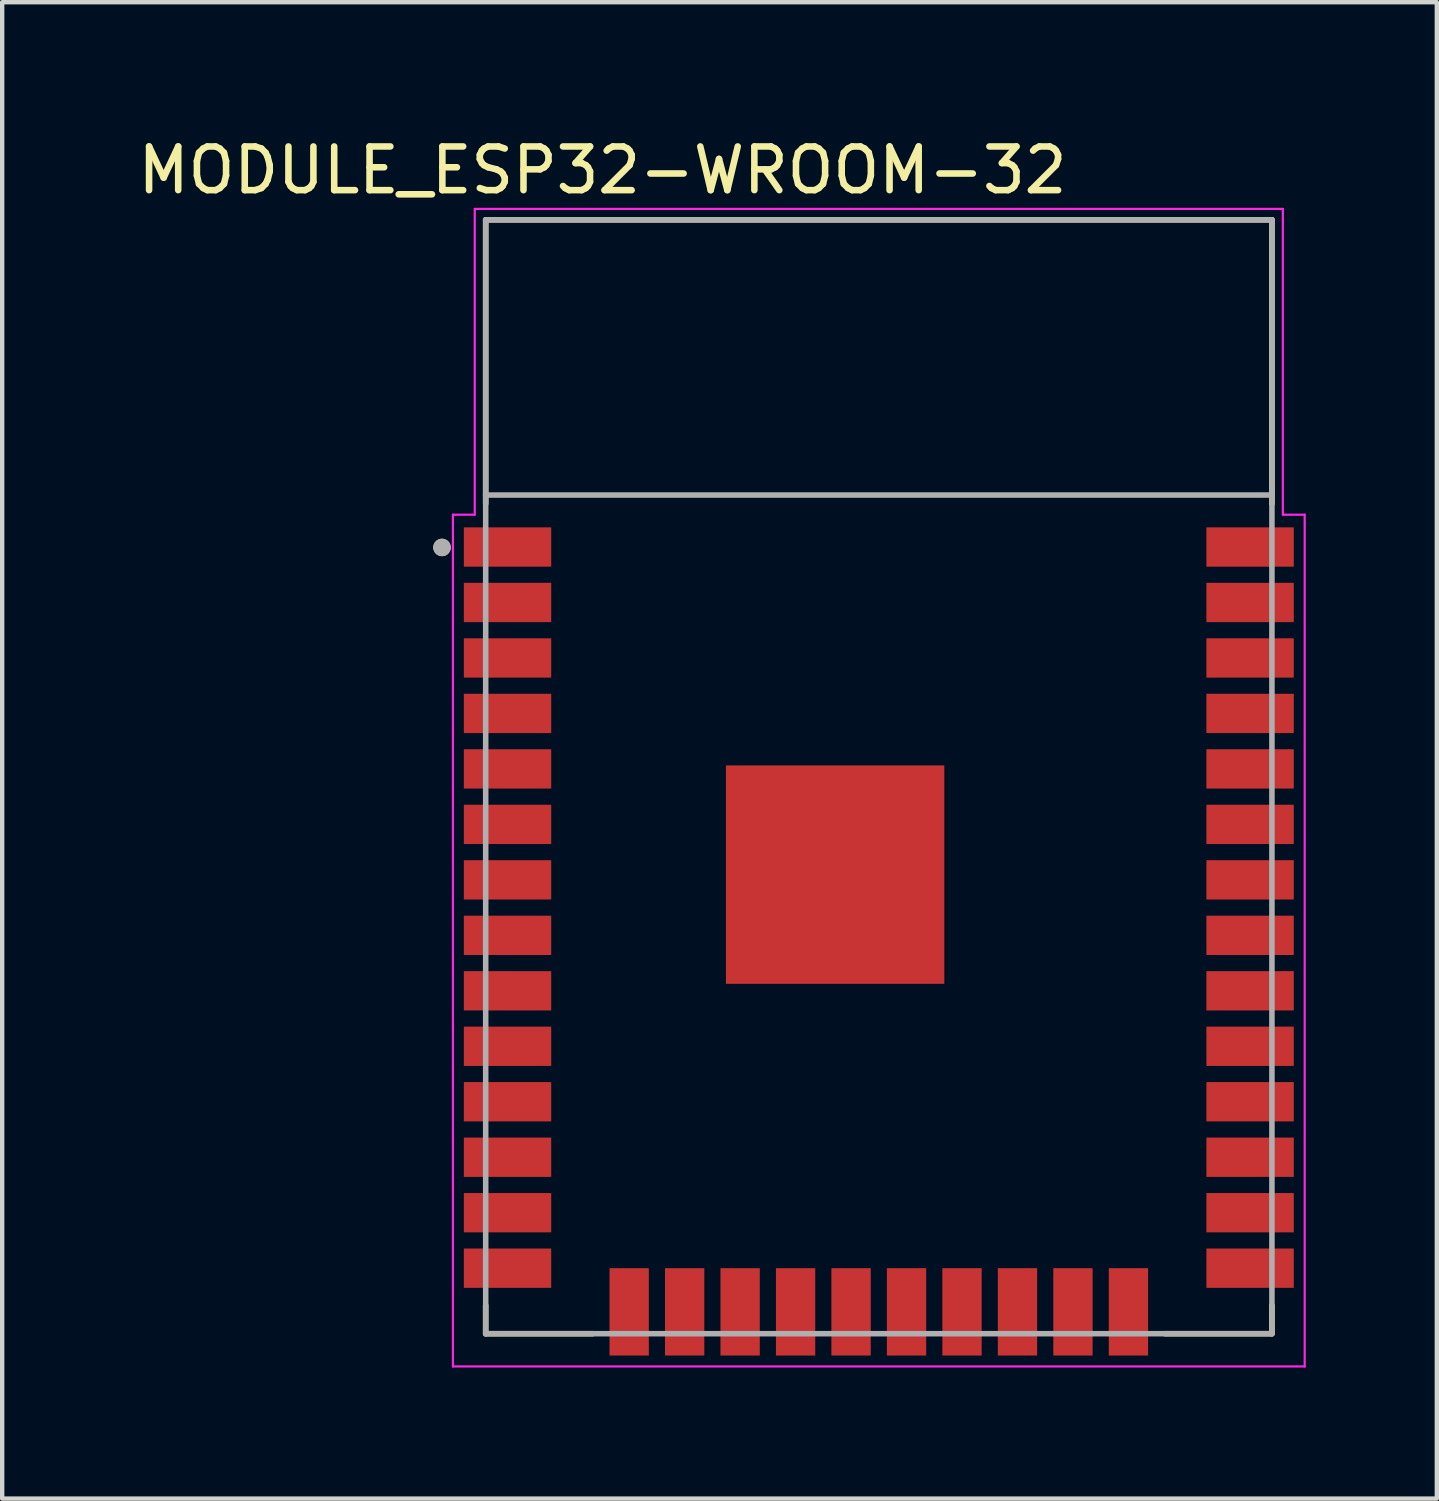
<source format=kicad_pcb>
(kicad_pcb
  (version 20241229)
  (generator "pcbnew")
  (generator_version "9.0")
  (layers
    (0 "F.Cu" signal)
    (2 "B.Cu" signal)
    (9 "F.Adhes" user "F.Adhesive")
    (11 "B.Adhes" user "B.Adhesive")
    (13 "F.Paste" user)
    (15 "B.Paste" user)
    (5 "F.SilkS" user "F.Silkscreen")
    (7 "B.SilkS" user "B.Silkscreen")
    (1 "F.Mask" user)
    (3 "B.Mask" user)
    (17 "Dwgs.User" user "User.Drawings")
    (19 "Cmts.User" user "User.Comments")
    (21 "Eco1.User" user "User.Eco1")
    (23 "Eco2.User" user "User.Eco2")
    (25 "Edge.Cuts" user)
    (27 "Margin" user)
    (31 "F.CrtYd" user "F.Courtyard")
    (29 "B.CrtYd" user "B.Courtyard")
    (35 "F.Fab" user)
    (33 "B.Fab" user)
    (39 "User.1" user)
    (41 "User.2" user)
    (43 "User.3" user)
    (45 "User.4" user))
  (footprint "MODULE_ESP32-WROOM-32"
    (layer "F.Cu")
    (at 17.069 14.733)
    (property "Reference" "MODULE_ESP32-WROOM-32" (at -6.325 -13.885 0) (layer "F.SilkS") (effects (font (size 1 1) (thickness 0.15))))
    (attr smd)
    (fp_line (start -9 -12.75) (end 9 -12.75) (stroke (width 0.127) (type solid)) (layer "F.SilkS"))
    (fp_line (start -9 -6.25) (end -9 -12.75) (stroke (width 0.127) (type solid)) (layer "F.SilkS"))
    (fp_line (start -9 12.1) (end -9 12.75) (stroke (width 0.127) (type solid)) (layer "F.SilkS"))
    (fp_line (start -9 12.75) (end -6.55 12.75) (stroke (width 0.127) (type solid)) (layer "F.SilkS"))
    (fp_line (start 6.55 12.75) (end 9 12.75) (stroke (width 0.127) (type solid)) (layer "F.SilkS"))
    (fp_line (start 9 -12.75) (end 9 -6.25) (stroke (width 0.127) (type solid)) (layer "F.SilkS"))
    (fp_line (start 9 12.75) (end 9 12.1) (stroke (width 0.127) (type solid)) (layer "F.SilkS"))
    (fp_circle (center -10 -5.25) (end -9.9 -5.25) (stroke (width 0.2) (type solid)) (fill no) (layer "F.SilkS"))
    (fp_line (start -9.75 -6) (end -9.25 -6) (stroke (width 0.05) (type solid)) (layer "F.CrtYd"))
    (fp_line (start -9.75 13.5) (end -9.75 -6) (stroke (width 0.05) (type solid)) (layer "F.CrtYd"))
    (fp_line (start -9.25 -13) (end 9.25 -13) (stroke (width 0.05) (type solid)) (layer "F.CrtYd"))
    (fp_line (start -9.25 -6) (end -9.25 -13) (stroke (width 0.05) (type solid)) (layer "F.CrtYd"))
    (fp_line (start 9.25 -13) (end 9.25 -6) (stroke (width 0.05) (type solid)) (layer "F.CrtYd"))
    (fp_line (start 9.25 -6) (end 9.75 -6) (stroke (width 0.05) (type solid)) (layer "F.CrtYd"))
    (fp_line (start 9.75 -6) (end 9.75 13.5) (stroke (width 0.05) (type solid)) (layer "F.CrtYd"))
    (fp_line (start 9.75 13.5) (end -9.75 13.5) (stroke (width 0.05) (type solid)) (layer "F.CrtYd"))
    (fp_line (start -9 -12.75) (end -9 -6.45) (stroke (width 0.127) (type solid)) (layer "F.Fab"))
    (fp_line (start -9 -12.75) (end 9 -12.75) (stroke (width 0.127) (type solid)) (layer "F.Fab"))
    (fp_line (start -9 -6.45) (end 9 -6.45) (stroke (width 0.127) (type solid)) (layer "F.Fab"))
    (fp_line (start -9 12.75) (end -9 -6.45) (stroke (width 0.127) (type solid)) (layer "F.Fab"))
    (fp_line (start 9 -12.75) (end 9 -6.45) (stroke (width 0.127) (type solid)) (layer "F.Fab"))
    (fp_line (start 9 -6.45) (end 9 12.75) (stroke (width 0.127) (type solid)) (layer "F.Fab"))
    (fp_line (start 9 12.75) (end -9 12.75) (stroke (width 0.127) (type solid)) (layer "F.Fab"))
    (fp_circle (center -10 -5.25) (end -9.9 -5.25) (stroke (width 0.2) (type solid)) (fill no) (layer "F.Fab"))
    (pad "1" smd rect (at -8.5 -5.26) (size 2 0.9) (layers "F.Cu" "F.Mask" "F.Paste"))
    (pad "2" smd rect (at -8.5 -3.99) (size 2 0.9) (layers "F.Cu" "F.Mask" "F.Paste"))
    (pad "3" smd rect (at -8.5 -2.72) (size 2 0.9) (layers "F.Cu" "F.Mask" "F.Paste"))
    (pad "4" smd rect (at -8.5 -1.45) (size 2 0.9) (layers "F.Cu" "F.Mask" "F.Paste"))
    (pad "5" smd rect (at -8.5 -0.18) (size 2 0.9) (layers "F.Cu" "F.Mask" "F.Paste"))
    (pad "6" smd rect (at -8.5 1.09) (size 2 0.9) (layers "F.Cu" "F.Mask" "F.Paste"))
    (pad "7" smd rect (at -8.5 2.36) (size 2 0.9) (layers "F.Cu" "F.Mask" "F.Paste"))
    (pad "8" smd rect (at -8.5 3.63) (size 2 0.9) (layers "F.Cu" "F.Mask" "F.Paste"))
    (pad "9" smd rect (at -8.5 4.9) (size 2 0.9) (layers "F.Cu" "F.Mask" "F.Paste"))
    (pad "10" smd rect (at -8.5 6.17) (size 2 0.9) (layers "F.Cu" "F.Mask" "F.Paste"))
    (pad "11" smd rect (at -8.5 7.44) (size 2 0.9) (layers "F.Cu" "F.Mask" "F.Paste"))
    (pad "12" smd rect (at -8.5 8.71) (size 2 0.9) (layers "F.Cu" "F.Mask" "F.Paste"))
    (pad "13" smd rect (at -8.5 9.98) (size 2 0.9) (layers "F.Cu" "F.Mask" "F.Paste"))
    (pad "14" smd rect (at -8.5 11.25) (size 2 0.9) (layers "F.Cu" "F.Mask" "F.Paste"))
    (pad "15" smd rect (at -5.715 12.25) (size 0.9 2) (layers "F.Cu" "F.Mask" "F.Paste"))
    (pad "16" smd rect (at -4.445 12.25) (size 0.9 2) (layers "F.Cu" "F.Mask" "F.Paste"))
    (pad "17" smd rect (at -3.175 12.25) (size 0.9 2) (layers "F.Cu" "F.Mask" "F.Paste"))
    (pad "18" smd rect (at -1.905 12.25) (size 0.9 2) (layers "F.Cu" "F.Mask" "F.Paste"))
    (pad "19" smd rect (at -0.635 12.25) (size 0.9 2) (layers "F.Cu" "F.Mask" "F.Paste"))
    (pad "20" smd rect (at 0.635 12.25) (size 0.9 2) (layers "F.Cu" "F.Mask" "F.Paste"))
    (pad "21" smd rect (at 1.905 12.25) (size 0.9 2) (layers "F.Cu" "F.Mask" "F.Paste"))
    (pad "22" smd rect (at 3.175 12.25) (size 0.9 2) (layers "F.Cu" "F.Mask" "F.Paste"))
    (pad "23" smd rect (at 4.445 12.25) (size 0.9 2) (layers "F.Cu" "F.Mask" "F.Paste"))
    (pad "24" smd rect (at 5.715 12.25) (size 0.9 2) (layers "F.Cu" "F.Mask" "F.Paste"))
    (pad "25" smd rect (at 8.5 11.25) (size 2 0.9) (layers "F.Cu" "F.Mask" "F.Paste"))
    (pad "26" smd rect (at 8.5 9.98) (size 2 0.9) (layers "F.Cu" "F.Mask" "F.Paste"))
    (pad "27" smd rect (at 8.5 8.71) (size 2 0.9) (layers "F.Cu" "F.Mask" "F.Paste"))
    (pad "28" smd rect (at 8.5 7.44) (size 2 0.9) (layers "F.Cu" "F.Mask" "F.Paste"))
    (pad "29" smd rect (at 8.5 6.17) (size 2 0.9) (layers "F.Cu" "F.Mask" "F.Paste"))
    (pad "30" smd rect (at 8.5 4.9) (size 2 0.9) (layers "F.Cu" "F.Mask" "F.Paste"))
    (pad "31" smd rect (at 8.5 3.63) (size 2 0.9) (layers "F.Cu" "F.Mask" "F.Paste"))
    (pad "32" smd rect (at 8.5 2.36) (size 2 0.9) (layers "F.Cu" "F.Mask" "F.Paste"))
    (pad "33" smd rect (at 8.5 1.09) (size 2 0.9) (layers "F.Cu" "F.Mask" "F.Paste"))
    (pad "34" smd rect (at 8.5 -0.18) (size 2 0.9) (layers "F.Cu" "F.Mask" "F.Paste"))
    (pad "35" smd rect (at 8.5 -1.45) (size 2 0.9) (layers "F.Cu" "F.Mask" "F.Paste"))
    (pad "36" smd rect (at 8.5 -2.72) (size 2 0.9) (layers "F.Cu" "F.Mask" "F.Paste"))
    (pad "37" smd rect (at 8.5 -3.99) (size 2 0.9) (layers "F.Cu" "F.Mask" "F.Paste"))
    (pad "38" smd rect (at 8.5 -5.26) (size 2 0.9) (layers "F.Cu" "F.Mask" "F.Paste"))
    (pad "39" smd rect (at -1 2.24) (size 5 5) (layers "F.Cu" "F.Mask" "F.Paste"))
    (zone (net_name "") (layer "F.Cu") (hatch full 0.508) (connect_pads) (min_thickness 0.01) (filled_areas_thickness no) (keepout (tracks not_allowed) (vias not_allowed) (pads not_allowed) (copperpour not_allowed) (footprints allowed)) (placement (enabled no)) (fill) (polygon (pts (xy 8.069 1.983) (xy 26.069 1.983) (xy 26.069 8.283) (xy 8.069 8.283))))
    (zone (net_name "") (layers "F.Cu" "B.Cu") (hatch full 0.508) (connect_pads) (min_thickness 0.01) (filled_areas_thickness no) (keepout (tracks allowed) (vias not_allowed) (pads allowed) (copperpour allowed) (footprints allowed)) (placement (enabled no)) (fill) (polygon (pts (xy 8.069 1.983) (xy 26.069 1.983) (xy 26.069 8.283) (xy 8.069 8.283))))
    (zone (net_name "") (layer "B.Cu") (hatch full 0.508) (connect_pads) (min_thickness 0.01) (filled_areas_thickness no) (keepout (tracks not_allowed) (vias not_allowed) (pads not_allowed) (copperpour not_allowed) (footprints allowed)) (placement (enabled no)) (fill) (polygon (pts (xy 8.069 1.983) (xy 26.069 1.983) (xy 26.069 8.283) (xy 8.069 8.283)))))
  (gr_rect
    (start -3 -3)
    (end 29.844 31.258)
    (stroke (width 0.1) (type default))
    (fill no)
    (layer "Edge.Cuts")))
</source>
